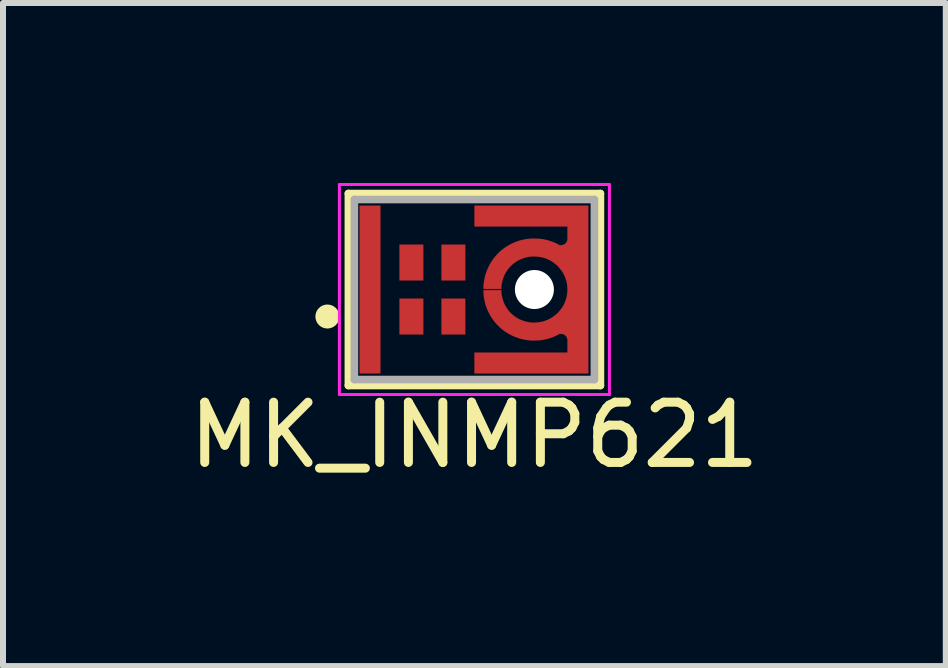
<source format=kicad_pcb>
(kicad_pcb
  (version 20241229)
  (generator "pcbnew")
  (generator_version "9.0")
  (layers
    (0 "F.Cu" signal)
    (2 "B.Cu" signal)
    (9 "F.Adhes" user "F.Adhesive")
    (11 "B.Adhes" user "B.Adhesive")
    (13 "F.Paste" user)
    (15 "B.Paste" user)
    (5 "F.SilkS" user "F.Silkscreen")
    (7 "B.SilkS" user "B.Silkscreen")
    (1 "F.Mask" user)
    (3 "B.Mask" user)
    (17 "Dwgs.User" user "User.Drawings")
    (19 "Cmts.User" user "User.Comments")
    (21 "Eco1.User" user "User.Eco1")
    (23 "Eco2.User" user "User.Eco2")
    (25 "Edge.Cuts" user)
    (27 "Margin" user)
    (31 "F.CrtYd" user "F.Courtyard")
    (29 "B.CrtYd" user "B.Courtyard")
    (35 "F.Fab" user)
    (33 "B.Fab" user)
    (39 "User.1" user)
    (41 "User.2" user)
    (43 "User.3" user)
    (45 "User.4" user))
  (footprint "MK_INMP621"
    (layer "F.Cu")
    (at 4.856 1.775)
    (property "Reference" "MK_INMP621" (at 0 2.425 0) (layer "F.SilkS") (effects (font (size 1.004 1.004) (thickness 0.15))))
    (attr through_hole)
    (fp_poly (pts (xy 0 -1.05) (xy 0 1.05) (xy 0 1.4)) (stroke (width 0.0001) (type solid)) (fill yes) (layer "F.Cu"))
    (fp_poly (pts (xy 0.15 -0.01) (xy 0.15 -0.032) (xy 0.152 -0.076) (xy 0.157 -0.12) (xy 0.164 -0.163) (xy 0.173 -0.206) (xy 0.184 -0.249) (xy 0.198 -0.29) (xy 0.214 -0.332) (xy 0.232 -0.372) (xy 0.252 -0.411) (xy 0.274 -0.449) (xy 0.297 -0.486) (xy 0.323 -0.522) (xy 0.351 -0.556) (xy 0.38 -0.588) (xy 0.412 -0.62) (xy 0.444 -0.649) (xy 0.478 -0.677) (xy 0.514 -0.703) (xy 0.551 -0.726) (xy 0.589 -0.748) (xy 0.628 -0.768) (xy 0.668 -0.786) (xy 0.71 -0.802) (xy 0.751 -0.816) (xy 0.794 -0.827) (xy 0.837 -0.836) (xy 0.88 -0.843) (xy 0.924 -0.848) (xy 0.968 -0.85) (xy 0.99 -0.85) (xy 1 -0.85) (xy 1.012 -0.85) (xy 1.027 -0.85) (xy 1.041 -0.849) (xy 1.056 -0.848) (xy 1.071 -0.847) (xy 1.085 -0.846) (xy 1.1 -0.845) (xy 1.114 -0.843) (xy 1.129 -0.841) (xy 1.143 -0.839) (xy 1.158 -0.836) (xy 1.172 -0.833) (xy 1.186 -0.83) (xy 1.201 -0.827) (xy 1.215 -0.823) (xy 1.229 -0.82) (xy 1.243 -0.816) (xy 1.257 -0.811) (xy 1.271 -0.807) (xy 1.285 -0.802) (xy 1.298 -0.797) (xy 1.312 -0.792) (xy 1.326 -0.786) (xy 1.339 -0.78) (xy 1.353 -0.775) (xy 1.366 -0.768) (xy 1.379 -0.762) (xy 1.392 -0.755) (xy 1.405 -0.748) (xy 1.418 -0.741) (xy 1.42 -0.74) (xy 1.45 -0.74) (xy 1.453 -0.74) (xy 1.459 -0.741) (xy 1.464 -0.742) (xy 1.47 -0.743) (xy 1.475 -0.744) (xy 1.48 -0.746) (xy 1.485 -0.748) (xy 1.49 -0.75) (xy 1.495 -0.753) (xy 1.5 -0.755) (xy 1.505 -0.758) (xy 1.509 -0.762) (xy 1.513 -0.765) (xy 1.517 -0.769) (xy 1.521 -0.773) (xy 1.525 -0.777) (xy 1.528 -0.781) (xy 1.532 -0.785) (xy 1.535 -0.79) (xy 1.537 -0.795) (xy 1.54 -0.8) (xy 1.542 -0.805) (xy 1.544 -0.81) (xy 1.546 -0.815) (xy 1.547 -0.82) (xy 1.548 -0.826) (xy 1.549 -0.831) (xy 1.55 -0.837) (xy 1.55 -0.842) (xy 1.55 -0.848) (xy 1.55 -0.85) (xy 1.55 -1.05) (xy 0 -1.05) (xy 0 -1.1) (xy 0 -1.2) (xy 0 -1.4) (xy 1.9 -1.4) (xy 1.9 1.4) (xy 0 1.4) (xy 0 1.2) (xy 0 1.05) (xy 1.55 1.05) (xy 1.55 0.85) (xy 1.55 0.848) (xy 1.55 0.842) (xy 1.55 0.837) (xy 1.549 0.831) (xy 1.548 0.826) (xy 1.547 0.82) (xy 1.546 0.815) (xy 1.544 0.81) (xy 1.542 0.805) (xy 1.54 0.8) (xy 1.537 0.795) (xy 1.535 0.79) (xy 1.532 0.785) (xy 1.528 0.781) (xy 1.525 0.777) (xy 1.521 0.773) (xy 1.517 0.769) (xy 1.513 0.765) (xy 1.509 0.762) (xy 1.505 0.758) (xy 1.5 0.755) (xy 1.495 0.753) (xy 1.49 0.75) (xy 1.485 0.748) (xy 1.48 0.746) (xy 1.475 0.744) (xy 1.47 0.743) (xy 1.464 0.742) (xy 1.459 0.741) (xy 1.453 0.74) (xy 1.45 0.74) (xy 1.42 0.74) (xy 1.418 0.741) (xy 1.405 0.748) (xy 1.392 0.755) (xy 1.379 0.762) (xy 1.366 0.768) (xy 1.353 0.775) (xy 1.339 0.78) (xy 1.326 0.786) (xy 1.312 0.792) (xy 1.298 0.797) (xy 1.285 0.802) (xy 1.271 0.807) (xy 1.257 0.811) (xy 1.243 0.816) (xy 1.229 0.82) (xy 1.215 0.823) (xy 1.201 0.827) (xy 1.186 0.83) (xy 1.172 0.833) (xy 1.158 0.836) (xy 1.143 0.839) (xy 1.129 0.841) (xy 1.114 0.843) (xy 1.1 0.845) (xy 1.085 0.846) (xy 1.071 0.847) (xy 1.056 0.848) (xy 1.041 0.849) (xy 1.027 0.85) (xy 1.012 0.85) (xy 1 0.85) (xy 0.99 0.85) (xy 0.968 0.85) (xy 0.924 0.848) (xy 0.88 0.843) (xy 0.837 0.836) (xy 0.794 0.827) (xy 0.751 0.816) (xy 0.71 0.802) (xy 0.668 0.786) (xy 0.628 0.768) (xy 0.589 0.748) (xy 0.551 0.726) (xy 0.514 0.703) (xy 0.478 0.677) (xy 0.444 0.649) (xy 0.412 0.62) (xy 0.38 0.588) (xy 0.351 0.556) (xy 0.323 0.522) (xy 0.297 0.486) (xy 0.274 0.449) (xy 0.252 0.411) (xy 0.232 0.372) (xy 0.214 0.332) (xy 0.198 0.29) (xy 0.184 0.249) (xy 0.173 0.206) (xy 0.164 0.163) (xy 0.157 0.12) (xy 0.152 0.076) (xy 0.15 0.032) (xy 0.15 0.01) (xy 0.45 0.01) (xy 0.45 0.024) (xy 0.451 0.052) (xy 0.454 0.081) (xy 0.459 0.108) (xy 0.465 0.136) (xy 0.472 0.163) (xy 0.481 0.19) (xy 0.491 0.217) (xy 0.502 0.243) (xy 0.515 0.268) (xy 0.529 0.292) (xy 0.545 0.316) (xy 0.561 0.339) (xy 0.579 0.361) (xy 0.598 0.382) (xy 0.618 0.402) (xy 0.639 0.421) (xy 0.661 0.439) (xy 0.684 0.455) (xy 0.708 0.471) (xy 0.732 0.485) (xy 0.757 0.498) (xy 0.783 0.509) (xy 0.81 0.519) (xy 0.837 0.528) (xy 0.864 0.535) (xy 0.892 0.541) (xy 0.919 0.546) (xy 0.948 0.549) (xy 0.976 0.55) (xy 0.99 0.55) (xy 1 0.55) (xy 1.014 0.55) (xy 1.043 0.548) (xy 1.072 0.545) (xy 1.1 0.541) (xy 1.128 0.535) (xy 1.156 0.528) (xy 1.184 0.519) (xy 1.211 0.508) (xy 1.237 0.497) (xy 1.263 0.484) (xy 1.287 0.469) (xy 1.312 0.453) (xy 1.335 0.436) (xy 1.357 0.418) (xy 1.379 0.399) (xy 1.399 0.379) (xy 1.418 0.357) (xy 1.436 0.335) (xy 1.453 0.312) (xy 1.469 0.287) (xy 1.484 0.263) (xy 1.497 0.237) (xy 1.508 0.211) (xy 1.519 0.184) (xy 1.528 0.156) (xy 1.535 0.128) (xy 1.541 0.1) (xy 1.545 0.072) (xy 1.548 0.043) (xy 1.55 0.014) (xy 1.55 0) (xy 1.55 -0.014) (xy 1.548 -0.043) (xy 1.545 -0.072) (xy 1.541 -0.1) (xy 1.535 -0.128) (xy 1.528 -0.156) (xy 1.519 -0.184) (xy 1.508 -0.211) (xy 1.497 -0.237) (xy 1.484 -0.263) (xy 1.469 -0.287) (xy 1.453 -0.312) (xy 1.436 -0.335) (xy 1.418 -0.357) (xy 1.399 -0.379) (xy 1.379 -0.399) (xy 1.357 -0.418) (xy 1.335 -0.436) (xy 1.312 -0.453) (xy 1.287 -0.469) (xy 1.263 -0.484) (xy 1.237 -0.497) (xy 1.211 -0.508) (xy 1.184 -0.519) (xy 1.156 -0.528) (xy 1.128 -0.535) (xy 1.1 -0.541) (xy 1.072 -0.545) (xy 1.043 -0.548) (xy 1.014 -0.55) (xy 1 -0.55) (xy 0.99 -0.55) (xy 0.976 -0.55) (xy 0.948 -0.549) (xy 0.919 -0.546) (xy 0.892 -0.541) (xy 0.864 -0.535) (xy 0.837 -0.528) (xy 0.81 -0.519) (xy 0.783 -0.509) (xy 0.757 -0.498) (xy 0.732 -0.485) (xy 0.708 -0.471) (xy 0.684 -0.455) (xy 0.661 -0.439) (xy 0.639 -0.421) (xy 0.618 -0.402) (xy 0.598 -0.382) (xy 0.579 -0.361) (xy 0.561 -0.339) (xy 0.545 -0.316) (xy 0.529 -0.292) (xy 0.515 -0.268) (xy 0.502 -0.243) (xy 0.491 -0.217) (xy 0.481 -0.19) (xy 0.472 -0.163) (xy 0.465 -0.136) (xy 0.459 -0.108) (xy 0.454 -0.081) (xy 0.451 -0.052) (xy 0.45 -0.024) (xy 0.45 -0.01) (xy 0.15 -0.01)) (stroke (width 0.001) (type solid)) (fill yes) (layer "F.Cu"))
    (fp_poly (pts (xy -2.007 -1.5) (xy -1.45 -1.5) (xy -1.45 1.505) (xy -2.007 1.505)) (stroke (width 0.01) (type solid)) (fill yes) (layer "F.Mask"))
    (fp_poly (pts (xy 0 -1.5) (xy 2 -1.5) (xy 2 -0.954) (xy 0 -0.954)) (stroke (width 0.01) (type solid)) (fill yes) (layer "F.Mask"))
    (fp_poly (pts (xy 0 0.95) (xy 2 0.95) (xy 2 1.506) (xy 0 1.506)) (stroke (width 0.01) (type solid)) (fill yes) (layer "F.Mask"))
    (fp_poly (pts (xy 0.1 -0.95) (xy 2 -0.95) (xy 2 0.954) (xy 0.1 0.954)) (stroke (width 0.01) (type solid)) (fill yes) (layer "F.Mask"))
    (fp_line (start -2.1 -1.6) (end 2.1 -1.6) (stroke (width 0.127) (type solid)) (layer "F.SilkS"))
    (fp_line (start -2.1 1.6) (end -2.1 -1.6) (stroke (width 0.127) (type solid)) (layer "F.SilkS"))
    (fp_line (start 2.1 -1.6) (end 2.1 1.6) (stroke (width 0.127) (type solid)) (layer "F.SilkS"))
    (fp_line (start 2.1 1.6) (end -2.1 1.6) (stroke (width 0.127) (type solid)) (layer "F.SilkS"))
    (fp_circle (center -2.45 0.45) (end -2.35 0.45) (stroke (width 0.2) (type solid)) (fill no) (layer "F.SilkS"))
    (fp_poly (pts (xy -1.856 -0.749) (xy -1.601 -0.749) (xy -1.601 0.752) (xy -1.856 0.752)) (stroke (width 0.01) (type solid)) (fill yes) (layer "F.Paste"))
    (fp_poly (pts (xy -1.854 -1.349) (xy -1.6 -1.349) (xy -1.6 -1.104) (xy -1.854 -1.104)) (stroke (width 0.01) (type solid)) (fill yes) (layer "F.Paste"))
    (fp_poly (pts (xy -1.853 1.101) (xy -1.6 1.101) (xy -1.6 1.352) (xy -1.853 1.352)) (stroke (width 0.01) (type solid)) (fill yes) (layer "F.Paste"))
    (fp_poly (pts (xy -1.203 0.25) (xy -0.901 0.25) (xy -0.901 0.65) (xy -1.203 0.65)) (stroke (width 0.01) (type solid)) (fill yes) (layer "F.Paste"))
    (fp_poly (pts (xy -1.202 -0.65) (xy -0.901 -0.65) (xy -0.901 -0.253) (xy -1.202 -0.253)) (stroke (width 0.01) (type solid)) (fill yes) (layer "F.Paste"))
    (fp_poly (pts (xy -0.501 -0.65) (xy -0.201 -0.65) (xy -0.201 -0.253) (xy -0.501 -0.253)) (stroke (width 0.01) (type solid)) (fill yes) (layer "F.Paste"))
    (fp_poly (pts (xy -0.5 0.25) (xy -0.201 0.25) (xy -0.201 0.649) (xy -0.5 0.649)) (stroke (width 0.01) (type solid)) (fill yes) (layer "F.Paste"))
    (fp_poly (pts (xy 0.1 -1.349) (xy 0.649 -1.349) (xy 0.649 -1.106) (xy 0.1 -1.106)) (stroke (width 0.01) (type solid)) (fill yes) (layer "F.Paste"))
    (fp_poly (pts (xy 0.1 1.101) (xy 0.649 1.101) (xy 0.649 1.352) (xy 0.1 1.352)) (stroke (width 0.01) (type solid)) (fill yes) (layer "F.Paste"))
    (fp_poly (pts (xy 1.354 1.101) (xy 1.849 1.101) (xy 1.849 1.352) (xy 1.354 1.352)) (stroke (width 0.01) (type solid)) (fill yes) (layer "F.Paste"))
    (fp_poly (pts (xy 1.355 -1.349) (xy 1.849 -1.349) (xy 1.849 -1.104) (xy 1.355 -1.104)) (stroke (width 0.01) (type solid)) (fill yes) (layer "F.Paste"))
    (fp_poly (pts (xy 1.849 -0.749) (xy 1.849 0.749) (xy 1.474 0.749) (xy 1.345 0.472) (xy 1.357 0.463) (xy 1.386 0.439) (xy 1.413 0.414) (xy 1.438 0.387) (xy 1.462 0.358) (xy 1.484 0.327) (xy 1.504 0.296) (xy 1.521 0.263) (xy 1.537 0.229) (xy 1.55 0.194) (xy 1.561 0.158) (xy 1.57 0.122) (xy 1.577 0.085) (xy 1.581 0.048) (xy 1.582 0.011) (xy 1.582 -0.026) (xy 1.579 -0.063) (xy 1.573 -0.1) (xy 1.566 -0.137) (xy 1.556 -0.173) (xy 1.543 -0.208) (xy 1.529 -0.242) (xy 1.512 -0.276) (xy 1.493 -0.308) (xy 1.472 -0.339) (xy 1.449 -0.369) (xy 1.425 -0.397) (xy 1.398 -0.423) (xy 1.37 -0.448) (xy 1.341 -0.47) (xy 1.322 -0.483) (xy 1.323 -0.484) (xy 1.474 -0.749) (xy 1.849 -0.749)) (stroke (width 0.001) (type solid)) (fill yes) (layer "F.Paste"))
    (fp_poly (pts (xy 0.235 -0.181) (xy 0.238 -0.195) (xy 0.247 -0.228) (xy 0.258 -0.261) (xy 0.27 -0.293) (xy 0.284 -0.325) (xy 0.298 -0.356) (xy 0.315 -0.386) (xy 0.332 -0.416) (xy 0.351 -0.445) (xy 0.371 -0.473) (xy 0.392 -0.5) (xy 0.415 -0.526) (xy 0.438 -0.552) (xy 0.463 -0.576) (xy 0.488 -0.599) (xy 0.515 -0.621) (xy 0.542 -0.642) (xy 0.571 -0.661) (xy 0.6 -0.679) (xy 0.63 -0.696) (xy 0.661 -0.712) (xy 0.692 -0.726) (xy 0.724 -0.739) (xy 0.757 -0.751) (xy 0.79 -0.761) (xy 0.823 -0.77) (xy 0.857 -0.777) (xy 0.891 -0.782) (xy 0.925 -0.787) (xy 0.96 -0.789) (xy 0.98 -0.79) (xy 0.981 -0.79) (xy 0.984 -0.791) (xy 0.987 -0.791) (xy 0.99 -0.792) (xy 0.993 -0.792) (xy 0.997 -0.793) (xy 1 -0.793) (xy 1.003 -0.793) (xy 1.006 -0.793) (xy 1.009 -0.793) (xy 1.012 -0.794) (xy 1.016 -0.794) (xy 1.019 -0.794) (xy 1.022 -0.793) (xy 1.025 -0.793) (xy 1.028 -0.793) (xy 1.031 -0.793) (xy 1.035 -0.792) (xy 1.038 -0.792) (xy 1.041 -0.792) (xy 1.044 -0.791) (xy 1.047 -0.79) (xy 1.05 -0.79) (xy 1.053 -0.789) (xy 1.057 -0.788) (xy 1.06 -0.788) (xy 1.063 -0.787) (xy 1.066 -0.786) (xy 1.069 -0.785) (xy 1.072 -0.784) (xy 1.074 -0.783) (xy 1.026 -0.586) (xy 1.026 -0.586) (xy 1.025 -0.586) (xy 1.024 -0.587) (xy 1.023 -0.587) (xy 1.022 -0.587) (xy 1.021 -0.587) (xy 1.021 -0.587) (xy 1.02 -0.587) (xy 1.019 -0.588) (xy 1.018 -0.588) (xy 1.017 -0.588) (xy 1.016 -0.588) (xy 1.015 -0.588) (xy 1.014 -0.588) (xy 1.013 -0.588) (xy 1.013 -0.588) (xy 1.012 -0.588) (xy 1.011 -0.588) (xy 1.01 -0.588) (xy 1.009 -0.587) (xy 1.008 -0.587) (xy 1.007 -0.587) (xy 1.006 -0.587) (xy 1.006 -0.587) (xy 1.005 -0.587) (xy 1.004 -0.586) (xy 1.003 -0.586) (xy 1.002 -0.586) (xy 1.001 -0.586) (xy 1.001 -0.585) (xy 1 -0.585) (xy 0.983 -0.585) (xy 0.959 -0.585) (xy 0.934 -0.583) (xy 0.91 -0.58) (xy 0.885 -0.576) (xy 0.861 -0.571) (xy 0.837 -0.565) (xy 0.814 -0.558) (xy 0.791 -0.55) (xy 0.768 -0.541) (xy 0.745 -0.531) (xy 0.723 -0.52) (xy 0.702 -0.509) (xy 0.681 -0.496) (xy 0.66 -0.482) (xy 0.64 -0.467) (xy 0.621 -0.452) (xy 0.603 -0.435) (xy 0.585 -0.418) (xy 0.568 -0.401) (xy 0.552 -0.382) (xy 0.537 -0.363) (xy 0.522 -0.343) (xy 0.509 -0.322) (xy 0.496 -0.301) (xy 0.484 -0.28) (xy 0.474 -0.257) (xy 0.464 -0.235) (xy 0.455 -0.212) (xy 0.447 -0.189) (xy 0.445 -0.181) (xy 0.235 -0.181)) (stroke (width 0.0001) (type solid)) (fill yes) (layer "F.Paste"))
    (fp_poly (pts (xy 0.235 0.181) (xy 0.238 0.195) (xy 0.247 0.228) (xy 0.258 0.261) (xy 0.27 0.293) (xy 0.284 0.325) (xy 0.298 0.356) (xy 0.315 0.386) (xy 0.332 0.416) (xy 0.351 0.445) (xy 0.371 0.473) (xy 0.392 0.5) (xy 0.415 0.526) (xy 0.438 0.552) (xy 0.463 0.576) (xy 0.488 0.599) (xy 0.515 0.621) (xy 0.542 0.642) (xy 0.571 0.661) (xy 0.6 0.679) (xy 0.63 0.696) (xy 0.661 0.712) (xy 0.692 0.726) (xy 0.724 0.739) (xy 0.757 0.751) (xy 0.79 0.761) (xy 0.823 0.77) (xy 0.857 0.777) (xy 0.891 0.782) (xy 0.925 0.787) (xy 0.96 0.789) (xy 0.98 0.79) (xy 0.98 0.79) (xy 0.981 0.79) (xy 0.982 0.791) (xy 0.983 0.791) (xy 0.984 0.791) (xy 0.985 0.792) (xy 0.986 0.792) (xy 0.987 0.792) (xy 0.988 0.792) (xy 0.989 0.792) (xy 0.99 0.793) (xy 0.991 0.793) (xy 0.992 0.793) (xy 0.993 0.793) (xy 0.994 0.793) (xy 0.995 0.793) (xy 0.996 0.793) (xy 0.997 0.793) (xy 0.998 0.793) (xy 0.999 0.793) (xy 1 0.793) (xy 1.001 0.793) (xy 1.002 0.793) (xy 1.003 0.793) (xy 1.004 0.793) (xy 1.005 0.793) (xy 1.006 0.793) (xy 1.007 0.793) (xy 1.008 0.792) (xy 1.009 0.792) (xy 1.01 0.792) (xy 1 0.586) (xy 1 0.586) (xy 1 0.586) (xy 1 0.586) (xy 1 0.586) (xy 1 0.586) (xy 1 0.586) (xy 1 0.586) (xy 1 0.586) (xy 1 0.586) (xy 1 0.586) (xy 1 0.586) (xy 1 0.586) (xy 1 0.586) (xy 1 0.586) (xy 1 0.586) (xy 1 0.585) (xy 1 0.585) (xy 1 0.585) (xy 1 0.585) (xy 1 0.585) (xy 1 0.585) (xy 1 0.585) (xy 1 0.585) (xy 1 0.585) (xy 1 0.585) (xy 1 0.585) (xy 1 0.585) (xy 1 0.585) (xy 1 0.585) (xy 1 0.585) (xy 1 0.585) (xy 0.983 0.585) (xy 0.959 0.585) (xy 0.934 0.583) (xy 0.91 0.58) (xy 0.885 0.576) (xy 0.861 0.571) (xy 0.837 0.565) (xy 0.814 0.558) (xy 0.791 0.55) (xy 0.768 0.541) (xy 0.745 0.531) (xy 0.723 0.52) (xy 0.702 0.509) (xy 0.681 0.496) (xy 0.66 0.482) (xy 0.64 0.467) (xy 0.621 0.452) (xy 0.603 0.435) (xy 0.585 0.418) (xy 0.568 0.401) (xy 0.552 0.382) (xy 0.537 0.363) (xy 0.522 0.343) (xy 0.509 0.322) (xy 0.496 0.301) (xy 0.484 0.28) (xy 0.474 0.257) (xy 0.464 0.235) (xy 0.455 0.212) (xy 0.447 0.189) (xy 0.445 0.181) (xy 0.235 0.181)) (stroke (width 0.0001) (type solid)) (fill yes) (layer "F.Paste"))
    (fp_line (start -2.25 -1.75) (end 2.25 -1.75) (stroke (width 0.05) (type solid)) (layer "F.CrtYd"))
    (fp_line (start -2.25 1.75) (end -2.25 -1.75) (stroke (width 0.05) (type solid)) (layer "F.CrtYd"))
    (fp_line (start 2.25 -1.75) (end 2.25 1.75) (stroke (width 0.05) (type solid)) (layer "F.CrtYd"))
    (fp_line (start 2.25 1.75) (end -2.25 1.75) (stroke (width 0.05) (type solid)) (layer "F.CrtYd"))
    (fp_line (start -2 -1.5) (end 2 -1.5) (stroke (width 0.127) (type solid)) (layer "F.Fab"))
    (fp_line (start -2 1.5) (end -2 -1.5) (stroke (width 0.127) (type solid)) (layer "F.Fab"))
    (fp_line (start 2 -1.5) (end 2 1.5) (stroke (width 0.127) (type solid)) (layer "F.Fab"))
    (fp_line (start 2 1.5) (end -2 1.5) (stroke (width 0.127) (type solid)) (layer "F.Fab"))
    (pad "" np_thru_hole circle (at 1 0) (size 0.65 0.65) (drill 0.65) (layers "*.Cu" "*.Mask"))
    (pad "1" smd rect (at -1.05 0.45) (size 0.4 0.6) (layers "F.Cu" "F.Mask"))
    (pad "2" smd rect (at -0.35 0.45) (size 0.4 0.6) (layers "F.Cu" "F.Mask"))
    (pad "3" smd rect (at 1.7 0) (size 0.2 0.2) (layers "F.Cu"))
    (pad "4" smd rect (at -0.35 -0.45) (size 0.4 0.6) (layers "F.Cu" "F.Mask"))
    (pad "5" smd rect (at -1.05 -0.45) (size 0.4 0.6) (layers "F.Cu" "F.Mask"))
    (pad "6" smd rect (at -1.74 0) (size 0.35 2.8) (layers "F.Cu" "F.Mask" "F.Paste")))
  (gr_rect
    (start -3 -3)
    (end 12.712 8.05)
    (stroke (width 0.1) (type default))
    (fill no)
    (layer "Edge.Cuts")))
</source>
